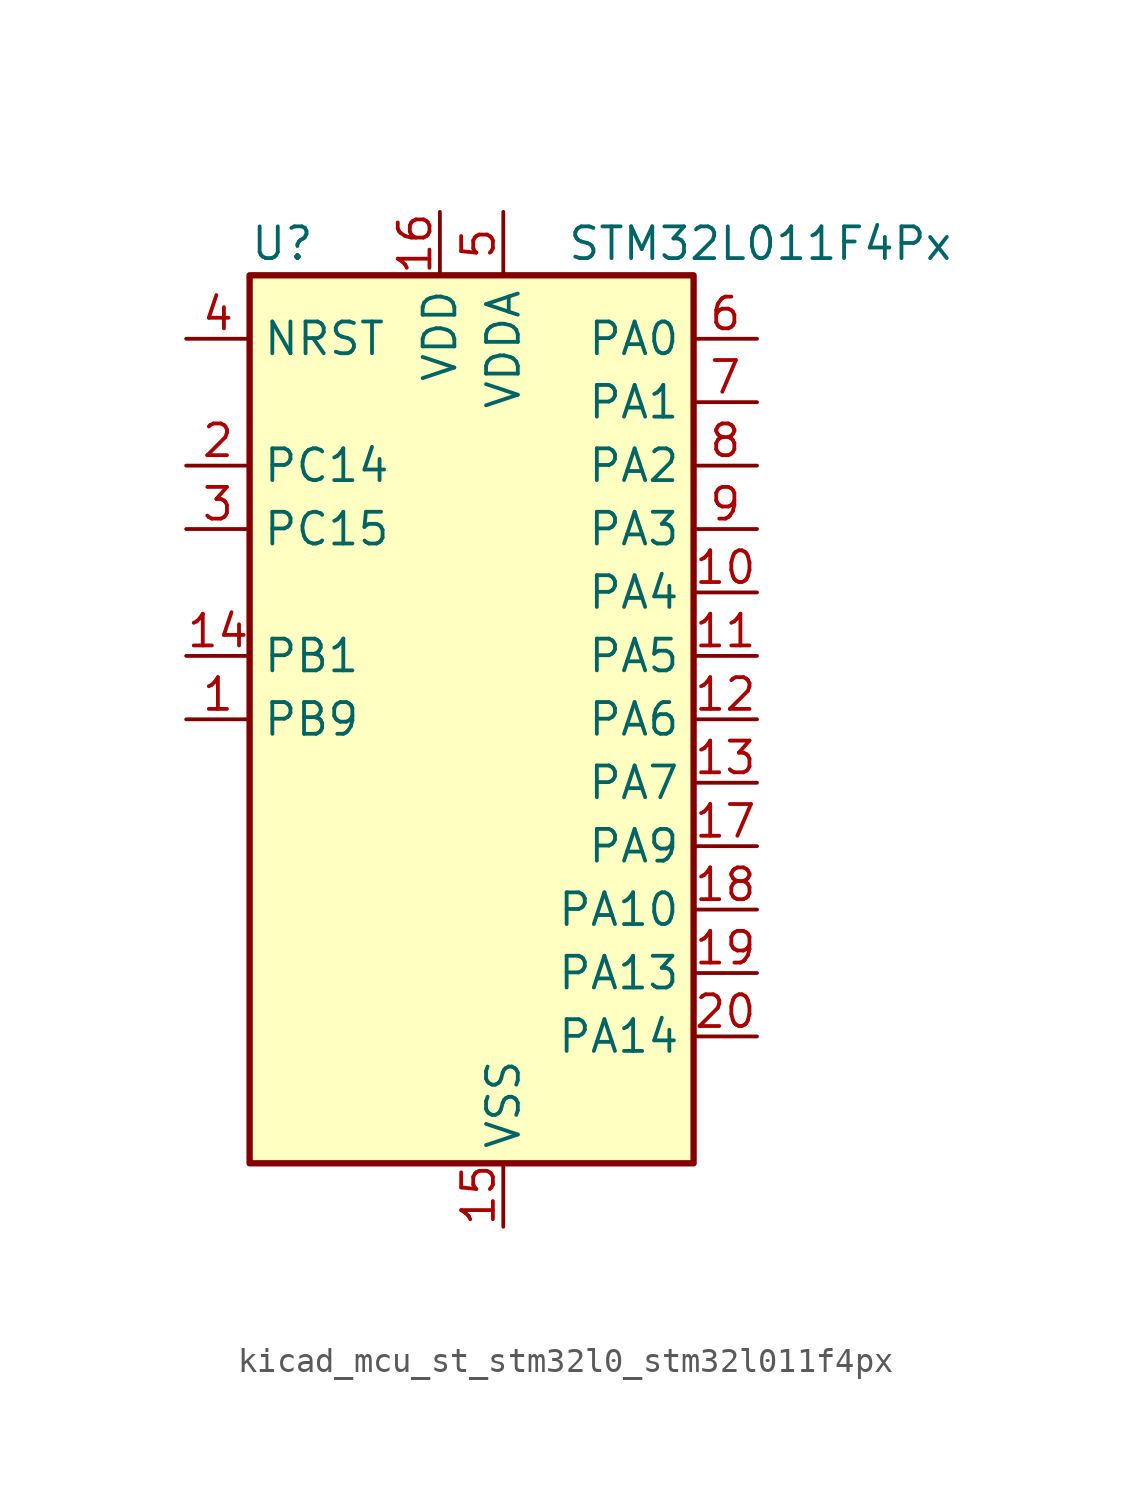
<source format=kicad_sym>
(kicad_symbol_lib
  (version 20220914)
  (generator kicad_symbol_editor)
  (symbol "kicad_mcu_st_stm32l0_stm32l011f4px"
    (property "Reference" "U"
      (at -7.62 19.05 0)
      (effects (font (size 1.27 1.27)) (justify left)))
    (property "Value" "STM32L011F4Px"
      (at 5.08 19.05 0)
      (effects (font (size 1.27 1.27)) (justify left)))
    (property "ki_locked" ""
      (at 0 0 0)
      (effects (font (size 1.27 1.27))))
    (symbol "kicad_mcu_st_stm32l0_stm32l011f4px_0_1"
      (rectangle (start -7.62 -17.78) (end 10.16 17.78) (stroke (width 0.254) (type default)) (fill (type background))))
    (symbol "kicad_mcu_st_stm32l0_stm32l011f4px_1_1"
      (pin bidirectional line (at -10.16 0 0) (length 2.54) (name "PB9" (effects (font (size 1.27 1.27)))) (number "1" (effects (font (size 1.27 1.27)))))
      (pin bidirectional line (at 12.7 5.08 180) (length 2.54) (name "PA4" (effects (font (size 1.27 1.27)))) (number "10" (effects (font (size 1.27 1.27)))) (alternate "ADC_IN4" bidirectional line) (alternate "COMP1_INM" bidirectional line) (alternate "COMP2_INM" bidirectional line) (alternate "COMP2_OUT" bidirectional line) (alternate "I2C1_SCL" bidirectional line) (alternate "LPTIM1_ETR" bidirectional line) (alternate "LPTIM1_IN1" bidirectional line) (alternate "LPUART1_TX" bidirectional line) (alternate "SPI1_NSS" bidirectional line) (alternate "TIM2_ETR" bidirectional line) (alternate "USART2_CK" bidirectional line))
      (pin bidirectional line (at 12.7 2.54 180) (length 2.54) (name "PA5" (effects (font (size 1.27 1.27)))) (number "11" (effects (font (size 1.27 1.27)))) (alternate "ADC_IN5" bidirectional line) (alternate "COMP1_INM" bidirectional line) (alternate "COMP2_INM" bidirectional line) (alternate "LPTIM1_IN2" bidirectional line) (alternate "SPI1_SCK" bidirectional line) (alternate "TIM2_CH1" bidirectional line) (alternate "TIM2_ETR" bidirectional line))
      (pin bidirectional line (at 12.7 0 180) (length 2.54) (name "PA6" (effects (font (size 1.27 1.27)))) (number "12" (effects (font (size 1.27 1.27)))) (alternate "ADC_IN6" bidirectional line) (alternate "COMP1_OUT" bidirectional line) (alternate "LPTIM1_ETR" bidirectional line) (alternate "LPUART1_CTS" bidirectional line) (alternate "SPI1_MISO" bidirectional line))
      (pin bidirectional line (at 12.7 -2.54 180) (length 2.54) (name "PA7" (effects (font (size 1.27 1.27)))) (number "13" (effects (font (size 1.27 1.27)))) (alternate "ADC_IN7" bidirectional line) (alternate "COMP2_INP" bidirectional line) (alternate "COMP2_OUT" bidirectional line) (alternate "LPTIM1_OUT" bidirectional line) (alternate "SPI1_MOSI" bidirectional line) (alternate "TIM21_ETR" bidirectional line) (alternate "USART2_CTS" bidirectional line))
      (pin bidirectional line (at -10.16 2.54 0) (length 2.54) (name "PB1" (effects (font (size 1.27 1.27)))) (number "14" (effects (font (size 1.27 1.27)))) (alternate "ADC_IN9" bidirectional line) (alternate "LPTIM1_IN1" bidirectional line) (alternate "LPUART1_DE" bidirectional line) (alternate "LPUART1_RTS" bidirectional line) (alternate "SPI1_MOSI" bidirectional line) (alternate "SYS_VREF_OUT_PB1" bidirectional line) (alternate "TIM2_CH4" bidirectional line) (alternate "USART2_CK" bidirectional line))
      (pin power_in line (at 2.54 -20.32 90) (length 2.54) (name "VSS" (effects (font (size 1.27 1.27)))) (number "15" (effects (font (size 1.27 1.27)))))
      (pin power_in line (at 0 20.32 270) (length 2.54) (name "VDD" (effects (font (size 1.27 1.27)))) (number "16" (effects (font (size 1.27 1.27)))))
      (pin bidirectional line (at 12.7 -5.08 180) (length 2.54) (name "PA9" (effects (font (size 1.27 1.27)))) (number "17" (effects (font (size 1.27 1.27)))) (alternate "COMP1_OUT" bidirectional line) (alternate "I2C1_SCL" bidirectional line) (alternate "LPTIM1_OUT" bidirectional line) (alternate "RCC_MCO" bidirectional line) (alternate "TIM21_CH2" bidirectional line) (alternate "USART2_TX" bidirectional line))
      (pin bidirectional line (at 12.7 -7.62 180) (length 2.54) (name "PA10" (effects (font (size 1.27 1.27)))) (number "18" (effects (font (size 1.27 1.27)))) (alternate "COMP1_OUT" bidirectional line) (alternate "I2C1_SDA" bidirectional line) (alternate "RTC_REFIN" bidirectional line) (alternate "TIM21_CH1" bidirectional line) (alternate "TIM2_CH3" bidirectional line) (alternate "USART2_RX" bidirectional line))
      (pin bidirectional line (at 12.7 -10.16 180) (length 2.54) (name "PA13" (effects (font (size 1.27 1.27)))) (number "19" (effects (font (size 1.27 1.27)))) (alternate "COMP1_OUT" bidirectional line) (alternate "I2C1_SDA" bidirectional line) (alternate "LPTIM1_ETR" bidirectional line) (alternate "LPUART1_RX" bidirectional line) (alternate "SPI1_SCK" bidirectional line) (alternate "SYS_SWDIO" bidirectional line))
      (pin bidirectional line (at -10.16 10.16 0) (length 2.54) (name "PC14" (effects (font (size 1.27 1.27)))) (number "2" (effects (font (size 1.27 1.27)))) (alternate "RCC_OSC32_IN" bidirectional line))
      (pin bidirectional line (at 12.7 -12.7 180) (length 2.54) (name "PA14" (effects (font (size 1.27 1.27)))) (number "20" (effects (font (size 1.27 1.27)))) (alternate "COMP2_OUT" bidirectional line) (alternate "I2C1_SMBA" bidirectional line) (alternate "LPTIM1_OUT" bidirectional line) (alternate "LPUART1_TX" bidirectional line) (alternate "SPI1_MISO" bidirectional line) (alternate "SYS_SWCLK" bidirectional line) (alternate "USART2_TX" bidirectional line))
      (pin bidirectional line (at -10.16 7.62 0) (length 2.54) (name "PC15" (effects (font (size 1.27 1.27)))) (number "3" (effects (font (size 1.27 1.27)))) (alternate "RCC_OSC32_OUT" bidirectional line))
      (pin input line (at -10.16 15.24 0) (length 2.54) (name "NRST" (effects (font (size 1.27 1.27)))) (number "4" (effects (font (size 1.27 1.27)))))
      (pin power_in line (at 2.54 20.32 270) (length 2.54) (name "VDDA" (effects (font (size 1.27 1.27)))) (number "5" (effects (font (size 1.27 1.27)))))
      (pin bidirectional line (at 12.7 15.24 180) (length 2.54) (name "PA0" (effects (font (size 1.27 1.27)))) (number "6" (effects (font (size 1.27 1.27)))) (alternate "ADC_IN0" bidirectional line) (alternate "COMP1_INM" bidirectional line) (alternate "COMP1_OUT" bidirectional line) (alternate "LPTIM1_IN1" bidirectional line) (alternate "LPUART1_RX" bidirectional line) (alternate "RCC_CK_IN" bidirectional line) (alternate "RTC_TAMP2" bidirectional line) (alternate "SYS_WKUP1" bidirectional line) (alternate "TIM2_CH1" bidirectional line) (alternate "TIM2_ETR" bidirectional line) (alternate "USART2_CTS" bidirectional line) (alternate "USART2_RX" bidirectional line))
      (pin bidirectional line (at 12.7 12.7 180) (length 2.54) (name "PA1" (effects (font (size 1.27 1.27)))) (number "7" (effects (font (size 1.27 1.27)))) (alternate "ADC_IN1" bidirectional line) (alternate "COMP1_INP" bidirectional line) (alternate "I2C1_SMBA" bidirectional line) (alternate "LPTIM1_IN2" bidirectional line) (alternate "LPUART1_TX" bidirectional line) (alternate "TIM21_ETR" bidirectional line) (alternate "TIM2_CH2" bidirectional line) (alternate "USART2_DE" bidirectional line) (alternate "USART2_RTS" bidirectional line))
      (pin bidirectional line (at 12.7 10.16 180) (length 2.54) (name "PA2" (effects (font (size 1.27 1.27)))) (number "8" (effects (font (size 1.27 1.27)))) (alternate "ADC_IN2" bidirectional line) (alternate "COMP2_INM" bidirectional line) (alternate "COMP2_OUT" bidirectional line) (alternate "LPUART1_TX" bidirectional line) (alternate "RTC_OUT_ALARM" bidirectional line) (alternate "RTC_OUT_CALIB" bidirectional line) (alternate "RTC_TAMP3" bidirectional line) (alternate "RTC_TS" bidirectional line) (alternate "SYS_WKUP3" bidirectional line) (alternate "TIM21_CH1" bidirectional line) (alternate "TIM2_CH3" bidirectional line) (alternate "USART2_TX" bidirectional line))
      (pin bidirectional line (at 12.7 7.62 180) (length 2.54) (name "PA3" (effects (font (size 1.27 1.27)))) (number "9" (effects (font (size 1.27 1.27)))) (alternate "ADC_IN3" bidirectional line) (alternate "COMP2_INP" bidirectional line) (alternate "LPUART1_RX" bidirectional line) (alternate "TIM21_CH2" bidirectional line) (alternate "TIM2_CH4" bidirectional line) (alternate "USART2_RX" bidirectional line)))))
</source>
